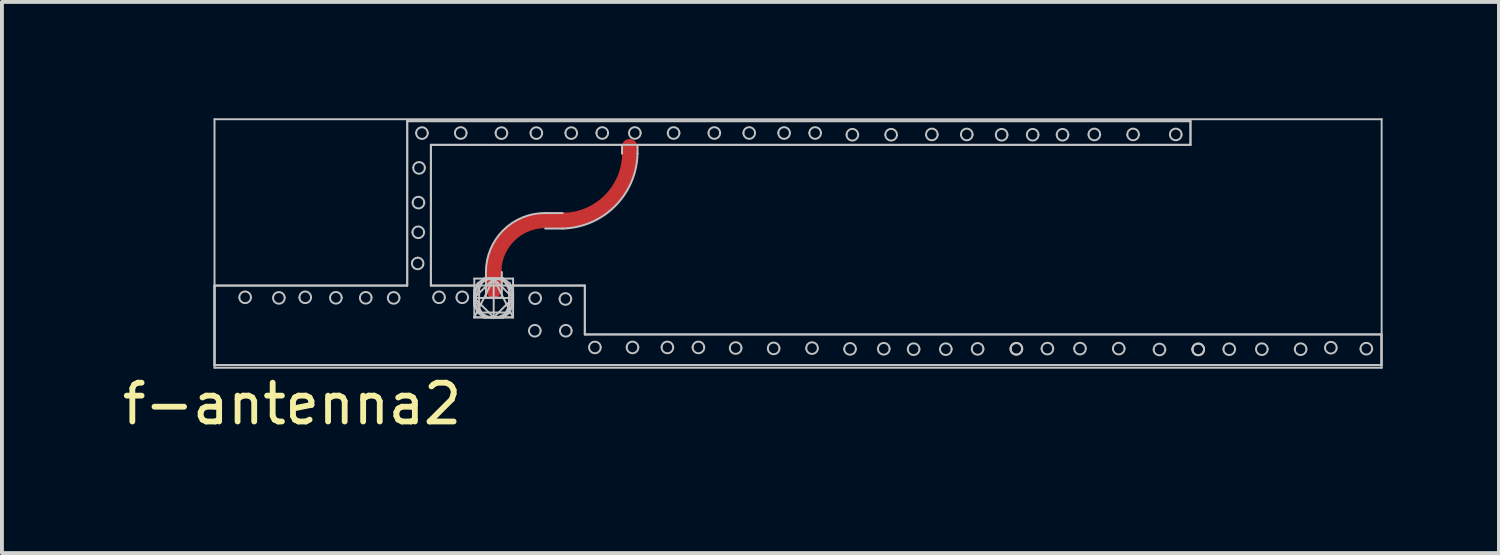
<source format=kicad_pcb>
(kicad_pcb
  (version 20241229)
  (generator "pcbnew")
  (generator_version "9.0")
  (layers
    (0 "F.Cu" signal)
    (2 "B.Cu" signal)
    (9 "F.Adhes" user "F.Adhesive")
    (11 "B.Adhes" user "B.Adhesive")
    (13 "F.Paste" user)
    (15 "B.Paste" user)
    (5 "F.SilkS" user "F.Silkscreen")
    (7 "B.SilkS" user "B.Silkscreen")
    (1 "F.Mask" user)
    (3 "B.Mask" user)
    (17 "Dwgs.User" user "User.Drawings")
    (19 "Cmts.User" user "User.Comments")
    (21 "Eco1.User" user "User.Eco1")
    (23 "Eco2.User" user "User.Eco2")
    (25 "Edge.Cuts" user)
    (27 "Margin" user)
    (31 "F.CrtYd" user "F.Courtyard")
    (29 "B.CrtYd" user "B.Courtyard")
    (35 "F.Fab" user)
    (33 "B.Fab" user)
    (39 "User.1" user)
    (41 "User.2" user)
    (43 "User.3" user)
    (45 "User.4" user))
  (footprint "f-antenna2"
    (layer "F.Cu")
    (at 2.482 6.365)
    (property "Reference" "f-antenna2" (at 2 1 0) (layer "F.SilkS") (effects (font (size 1 1) (thickness 0.15))))
    (attr through_hole)
    (fp_line (start 7.2 -1.96) (end 7.2 -2.46) (stroke (width 0.4) (type solid)) (layer "F.Cu"))
    (fp_line (start 8.54 -3.73) (end 9.04 -3.73) (stroke (width 0.4) (type solid)) (layer "F.Cu"))
    (fp_arc (start 7.197168 -2.400427) (mid 7.62095 -3.373023) (end 8.62 -3.73) (stroke (width 0.4) (type solid)) (layer "F.Cu"))
    (fp_arc (start 10.705464 -5.63031) (mid 10.223761 -4.259005) (end 8.87 -3.73) (stroke (width 0.4) (type solid)) (layer "F.Cu"))
    (fp_line (start 0 -6.34) (end 0 0.07) (stroke (width 0.05) (type solid)) (layer "Dwgs.User"))
    (fp_line (start 0 -2.05) (end 4.97 -2.05) (stroke (width 0.05) (type solid)) (layer "Dwgs.User"))
    (fp_line (start 0 -2.05) (end 4.97 -2.05) (stroke (width 0.05) (type solid)) (layer "Dwgs.User"))
    (fp_line (start 0 0) (end 0 -2.05) (stroke (width 0.05) (type solid)) (layer "Dwgs.User"))
    (fp_line (start 0 0) (end 0 -2.05) (stroke (width 0.05) (type solid)) (layer "Dwgs.User"))
    (fp_line (start 0 0.07) (end 30.1 0.07) (stroke (width 0.05) (type solid)) (layer "Dwgs.User"))
    (fp_line (start 4.97 -6.29) (end 25.17 -6.29) (stroke (width 0.05) (type solid)) (layer "Dwgs.User"))
    (fp_line (start 4.97 -6.29) (end 25.17 -6.29) (stroke (width 0.05) (type solid)) (layer "Dwgs.User"))
    (fp_line (start 4.97 -2.05) (end 4.97 -6.29) (stroke (width 0.05) (type solid)) (layer "Dwgs.User"))
    (fp_line (start 4.97 -2.05) (end 4.97 -6.29) (stroke (width 0.05) (type solid)) (layer "Dwgs.User"))
    (fp_line (start 5.58 -5.68) (end 5.58 -2.05) (stroke (width 0.05) (type solid)) (layer "Dwgs.User"))
    (fp_line (start 5.58 -5.68) (end 5.58 -2.05) (stroke (width 0.05) (type solid)) (layer "Dwgs.User"))
    (fp_line (start 5.58 -2.05) (end 6.825 -2.05) (stroke (width 0.05) (type solid)) (layer "Dwgs.User"))
    (fp_line (start 5.58 -2.05) (end 9.55 -2.05) (stroke (width 0.05) (type solid)) (layer "Dwgs.User"))
    (fp_line (start 6.7 -2.23) (end 7.7 -2.23) (stroke (width 0.05) (type solid)) (layer "Dwgs.User"))
    (fp_line (start 6.7 -1.937) (end 6.993 -2.23) (stroke (width 0.05) (type solid)) (layer "Dwgs.User"))
    (fp_line (start 6.7 -1.855) (end 6.784 -2.105) (stroke (width 0.05) (type solid)) (layer "Dwgs.User"))
    (fp_line (start 6.7 -1.73) (end 6.95 -2.23) (stroke (width 0.05) (type solid)) (layer "Dwgs.User"))
    (fp_line (start 6.7 -1.73) (end 7.2 -2.23) (stroke (width 0.05) (type solid)) (layer "Dwgs.User"))
    (fp_line (start 6.7 -1.73) (end 7.7 -1.73) (stroke (width 0.05) (type solid)) (layer "Dwgs.User"))
    (fp_line (start 6.7 -1.605) (end 6.7 -1.855) (stroke (width 0.05) (type solid)) (layer "Dwgs.User"))
    (fp_line (start 6.7 -1.523) (end 6.7 -1.937) (stroke (width 0.05) (type solid)) (layer "Dwgs.User"))
    (fp_line (start 6.7 -1.23) (end 6.7 -2.23) (stroke (width 0.05) (type solid)) (layer "Dwgs.User"))
    (fp_line (start 6.7 -1.23) (end 7.2 -2.23) (stroke (width 0.05) (type solid)) (layer "Dwgs.User"))
    (fp_line (start 6.784 -2.105) (end 6.95 -2.23) (stroke (width 0.05) (type solid)) (layer "Dwgs.User"))
    (fp_line (start 6.784 -1.355) (end 6.7 -1.605) (stroke (width 0.05) (type solid)) (layer "Dwgs.User"))
    (fp_line (start 6.825 -2.05) (end 6.825 -1.355) (stroke (width 0.05) (type solid)) (layer "Dwgs.User"))
    (fp_line (start 6.825 -1.355) (end 7.595 -1.355) (stroke (width 0.05) (type solid)) (layer "Dwgs.User"))
    (fp_line (start 6.95 -2.23) (end 7.45 -2.23) (stroke (width 0.05) (type solid)) (layer "Dwgs.User"))
    (fp_line (start 6.95 -2.23) (end 7.45 -2.23) (stroke (width 0.05) (type solid)) (layer "Dwgs.User"))
    (fp_line (start 6.95 -1.23) (end 6.7 -1.73) (stroke (width 0.05) (type solid)) (layer "Dwgs.User"))
    (fp_line (start 6.95 -1.23) (end 6.784 -1.355) (stroke (width 0.05) (type solid)) (layer "Dwgs.User"))
    (fp_line (start 6.993 -2.23) (end 7.407 -2.23) (stroke (width 0.05) (type solid)) (layer "Dwgs.User"))
    (fp_line (start 6.993 -1.23) (end 6.7 -1.523) (stroke (width 0.05) (type solid)) (layer "Dwgs.User"))
    (fp_line (start 7 -1.74) (end 7 -2.4) (stroke (width 0.05) (type solid)) (layer "Dwgs.User"))
    (fp_line (start 7.2 -2.23) (end 7.2 -1.23) (stroke (width 0.05) (type solid)) (layer "Dwgs.User"))
    (fp_line (start 7.2 -2.23) (end 7.7 -1.73) (stroke (width 0.05) (type solid)) (layer "Dwgs.User"))
    (fp_line (start 7.2 -2.23) (end 7.7 -1.23) (stroke (width 0.05) (type solid)) (layer "Dwgs.User"))
    (fp_line (start 7.2 -1.23) (end 6.7 -1.73) (stroke (width 0.05) (type solid)) (layer "Dwgs.User"))
    (fp_line (start 7.407 -2.23) (end 7.7 -1.937) (stroke (width 0.05) (type solid)) (layer "Dwgs.User"))
    (fp_line (start 7.407 -1.23) (end 6.993 -1.23) (stroke (width 0.05) (type solid)) (layer "Dwgs.User"))
    (fp_line (start 7.41 -2.4) (end 7.41 -1.74) (stroke (width 0.05) (type solid)) (layer "Dwgs.User"))
    (fp_line (start 7.41 -1.74) (end 7 -1.74) (stroke (width 0.05) (type solid)) (layer "Dwgs.User"))
    (fp_line (start 7.45 -2.23) (end 7.616 -2.105) (stroke (width 0.05) (type solid)) (layer "Dwgs.User"))
    (fp_line (start 7.45 -2.23) (end 7.7 -1.73) (stroke (width 0.05) (type solid)) (layer "Dwgs.User"))
    (fp_line (start 7.45 -1.23) (end 6.95 -1.23) (stroke (width 0.05) (type solid)) (layer "Dwgs.User"))
    (fp_line (start 7.45 -1.23) (end 6.95 -1.23) (stroke (width 0.05) (type solid)) (layer "Dwgs.User"))
    (fp_line (start 7.595 -2.05) (end 9.55 -2.05) (stroke (width 0.05) (type solid)) (layer "Dwgs.User"))
    (fp_line (start 7.595 -1.355) (end 7.595 -2.05) (stroke (width 0.05) (type solid)) (layer "Dwgs.User"))
    (fp_line (start 7.616 -2.105) (end 7.7 -1.855) (stroke (width 0.05) (type solid)) (layer "Dwgs.User"))
    (fp_line (start 7.616 -1.355) (end 7.45 -1.23) (stroke (width 0.05) (type solid)) (layer "Dwgs.User"))
    (fp_line (start 7.7 -2.23) (end 7.7 -1.23) (stroke (width 0.05) (type solid)) (layer "Dwgs.User"))
    (fp_line (start 7.7 -1.937) (end 7.7 -1.523) (stroke (width 0.05) (type solid)) (layer "Dwgs.User"))
    (fp_line (start 7.7 -1.855) (end 7.7 -1.605) (stroke (width 0.05) (type solid)) (layer "Dwgs.User"))
    (fp_line (start 7.7 -1.73) (end 7.2 -1.23) (stroke (width 0.05) (type solid)) (layer "Dwgs.User"))
    (fp_line (start 7.7 -1.73) (end 7.45 -1.23) (stroke (width 0.05) (type solid)) (layer "Dwgs.User"))
    (fp_line (start 7.7 -1.605) (end 7.616 -1.355) (stroke (width 0.05) (type solid)) (layer "Dwgs.User"))
    (fp_line (start 7.7 -1.523) (end 7.407 -1.23) (stroke (width 0.05) (type solid)) (layer "Dwgs.User"))
    (fp_line (start 7.7 -1.23) (end 6.7 -1.23) (stroke (width 0.05) (type solid)) (layer "Dwgs.User"))
    (fp_line (start 7.7 -1.23) (end 6.7 -1.23) (stroke (width 0.05) (type solid)) (layer "Dwgs.User"))
    (fp_line (start 8.53 -3.92) (end 8.98 -3.92) (stroke (width 0.05) (type solid)) (layer "Dwgs.User"))
    (fp_line (start 8.98 -3.52) (end 8.53 -3.52) (stroke (width 0.05) (type solid)) (layer "Dwgs.User"))
    (fp_line (start 9.55 -2.05) (end 9.55 -0.79) (stroke (width 0.05) (type solid)) (layer "Dwgs.User"))
    (fp_line (start 9.55 -2.05) (end 9.55 -0.79) (stroke (width 0.05) (type solid)) (layer "Dwgs.User"))
    (fp_line (start 9.55 -0.79) (end 30.095 -0.79) (stroke (width 0.05) (type solid)) (layer "Dwgs.User"))
    (fp_line (start 9.55 -0.79) (end 30.095 -0.79) (stroke (width 0.05) (type solid)) (layer "Dwgs.User"))
    (fp_line (start 10.51 -5.68) (end 5.58 -5.68) (stroke (width 0.05) (type solid)) (layer "Dwgs.User"))
    (fp_line (start 10.51 -5.45) (end 10.51 -5.68) (stroke (width 0.05) (type solid)) (layer "Dwgs.User"))
    (fp_line (start 10.91 -5.68) (end 10.91 -5.45) (stroke (width 0.05) (type solid)) (layer "Dwgs.User"))
    (fp_line (start 25.17 -6.29) (end 25.17 -5.68) (stroke (width 0.05) (type solid)) (layer "Dwgs.User"))
    (fp_line (start 25.17 -6.29) (end 25.17 -5.68) (stroke (width 0.05) (type solid)) (layer "Dwgs.User"))
    (fp_line (start 25.17 -5.68) (end 5.58 -5.68) (stroke (width 0.05) (type solid)) (layer "Dwgs.User"))
    (fp_line (start 25.17 -5.68) (end 10.91 -5.68) (stroke (width 0.05) (type solid)) (layer "Dwgs.User"))
    (fp_line (start 30.095 -0.79) (end 30.095 0) (stroke (width 0.05) (type solid)) (layer "Dwgs.User"))
    (fp_line (start 30.095 -0.79) (end 30.095 0) (stroke (width 0.05) (type solid)) (layer "Dwgs.User"))
    (fp_line (start 30.095 0) (end 0 0) (stroke (width 0.05) (type solid)) (layer "Dwgs.User"))
    (fp_line (start 30.095 0) (end 0 0) (stroke (width 0.05) (type solid)) (layer "Dwgs.User"))
    (fp_line (start 30.1 -6.34) (end 0 -6.34) (stroke (width 0.05) (type solid)) (layer "Dwgs.User"))
    (fp_line (start 30.1 0.07) (end 30.1 -6.34) (stroke (width 0.05) (type solid)) (layer "Dwgs.User"))
    (fp_arc (start 0.64 -1.739999) (mid 0.79 -1.897435) (end 0.94 -1.74) (stroke (width 0.05) (type solid)) (layer "Dwgs.User"))
    (fp_arc (start 0.94 -1.739999) (mid 0.79 -1.597083) (end 0.64 -1.74) (stroke (width 0.05) (type solid)) (layer "Dwgs.User"))
    (fp_arc (start 1.51 -1.739999) (mid 1.66 -1.882054) (end 1.81 -1.74) (stroke (width 0.05) (type solid)) (layer "Dwgs.User"))
    (fp_arc (start 1.81 -1.739999) (mid 1.66 -1.58161) (end 1.51 -1.74) (stroke (width 0.05) (type solid)) (layer "Dwgs.User"))
    (fp_arc (start 2.19 -1.739999) (mid 2.34 -1.897435) (end 2.49 -1.74) (stroke (width 0.05) (type solid)) (layer "Dwgs.User"))
    (fp_arc (start 2.49 -1.739999) (mid 2.34 -1.597083) (end 2.19 -1.74) (stroke (width 0.05) (type solid)) (layer "Dwgs.User"))
    (fp_arc (start 2.98 -1.74) (mid 3.13 -1.885083) (end 3.28 -1.74) (stroke (width 0.05) (type solid)) (layer "Dwgs.User"))
    (fp_arc (start 3.28 -1.74) (mid 3.13 -1.584917) (end 2.98 -1.74) (stroke (width 0.05) (type solid)) (layer "Dwgs.User"))
    (fp_arc (start 3.75 -1.739999) (mid 3.9 -1.885972) (end 4.05 -1.74) (stroke (width 0.05) (type solid)) (layer "Dwgs.User"))
    (fp_arc (start 4.05 -1.739999) (mid 3.9 -1.58586) (end 3.75 -1.74) (stroke (width 0.05) (type solid)) (layer "Dwgs.User"))
    (fp_arc (start 4.47 -1.739999) (mid 4.62 -1.882054) (end 4.77 -1.74) (stroke (width 0.05) (type solid)) (layer "Dwgs.User"))
    (fp_arc (start 4.77 -1.739999) (mid 4.62 -1.58161) (end 4.47 -1.74) (stroke (width 0.05) (type solid)) (layer "Dwgs.User"))
    (fp_arc (start 5.100001 -2.67) (mid 5.15423 -2.742078) (end 5.24 -2.77) (stroke (width 0.05) (type solid)) (layer "Dwgs.User"))
    (fp_arc (start 5.105 -3.429999) (mid 5.255 -3.575972) (end 5.405 -3.43) (stroke (width 0.05) (type solid)) (layer "Dwgs.User"))
    (fp_arc (start 5.11 -4.194999) (mid 5.26 -4.340972) (end 5.41 -4.195) (stroke (width 0.05) (type solid)) (layer "Dwgs.User"))
    (fp_arc (start 5.125 -5.089999) (mid 5.275 -5.235972) (end 5.425 -5.09) (stroke (width 0.05) (type solid)) (layer "Dwgs.User"))
    (fp_arc (start 5.14 -2.51) (mid 5.095969 -2.583992) (end 5.1 -2.67) (stroke (width 0.05) (type solid)) (layer "Dwgs.User"))
    (fp_arc (start 5.2 -5.989999) (mid 5.35 -6.132054) (end 5.5 -5.99) (stroke (width 0.05) (type solid)) (layer "Dwgs.User"))
    (fp_arc (start 5.239999 -2.770001) (mid 5.361906 -2.706335) (end 5.38 -2.57) (stroke (width 0.05) (type solid)) (layer "Dwgs.User"))
    (fp_arc (start 5.38 -2.57) (mid 5.275986 -2.476055) (end 5.14 -2.51) (stroke (width 0.05) (type solid)) (layer "Dwgs.User"))
    (fp_arc (start 5.405 -3.429999) (mid 5.255 -3.27586) (end 5.105 -3.43) (stroke (width 0.05) (type solid)) (layer "Dwgs.User"))
    (fp_arc (start 5.41 -4.194999) (mid 5.26 -4.04086) (end 5.11 -4.195) (stroke (width 0.05) (type solid)) (layer "Dwgs.User"))
    (fp_arc (start 5.425 -5.089999) (mid 5.275 -4.93586) (end 5.125 -5.09) (stroke (width 0.05) (type solid)) (layer "Dwgs.User"))
    (fp_arc (start 5.5 -5.989999) (mid 5.35 -5.83161) (end 5.2 -5.99) (stroke (width 0.05) (type solid)) (layer "Dwgs.User"))
    (fp_arc (start 5.64 -1.739999) (mid 5.79 -1.897435) (end 5.94 -1.74) (stroke (width 0.05) (type solid)) (layer "Dwgs.User"))
    (fp_arc (start 5.94 -1.739999) (mid 5.79 -1.597083) (end 5.64 -1.74) (stroke (width 0.05) (type solid)) (layer "Dwgs.User"))
    (fp_arc (start 6.2 -5.99) (mid 6.35 -6.135083) (end 6.5 -5.99) (stroke (width 0.05) (type solid)) (layer "Dwgs.User"))
    (fp_arc (start 6.24 -1.739999) (mid 6.39 -1.897435) (end 6.54 -1.74) (stroke (width 0.05) (type solid)) (layer "Dwgs.User"))
    (fp_arc (start 6.5 -5.99) (mid 6.35 -5.834917) (end 6.2 -5.99) (stroke (width 0.05) (type solid)) (layer "Dwgs.User"))
    (fp_arc (start 6.54 -1.739999) (mid 6.39 -1.597083) (end 6.24 -1.74) (stroke (width 0.05) (type solid)) (layer "Dwgs.User"))
    (fp_arc (start 7 -2.4) (mid 7.447845 -3.479242) (end 8.53 -3.92) (stroke (width 0.05) (type solid)) (layer "Dwgs.User"))
    (fp_arc (start 7.25 -5.989999) (mid 7.4 -6.132054) (end 7.55 -5.99) (stroke (width 0.05) (type solid)) (layer "Dwgs.User"))
    (fp_arc (start 7.55 -5.989999) (mid 7.4 -5.83161) (end 7.25 -5.99) (stroke (width 0.05) (type solid)) (layer "Dwgs.User"))
    (fp_arc (start 8.11 -0.89) (mid 8.26 -1.035083) (end 8.41 -0.89) (stroke (width 0.05) (type solid)) (layer "Dwgs.User"))
    (fp_arc (start 8.12 -1.73) (mid 8.27 -1.875083) (end 8.42 -1.73) (stroke (width 0.05) (type solid)) (layer "Dwgs.User"))
    (fp_arc (start 8.15 -5.989999) (mid 8.3 -6.132054) (end 8.45 -5.99) (stroke (width 0.05) (type solid)) (layer "Dwgs.User"))
    (fp_arc (start 8.41 -0.89) (mid 8.26 -0.734917) (end 8.11 -0.89) (stroke (width 0.05) (type solid)) (layer "Dwgs.User"))
    (fp_arc (start 8.42 -1.73) (mid 8.27 -1.574917) (end 8.12 -1.73) (stroke (width 0.05) (type solid)) (layer "Dwgs.User"))
    (fp_arc (start 8.45 -5.989999) (mid 8.3 -5.83161) (end 8.15 -5.99) (stroke (width 0.05) (type solid)) (layer "Dwgs.User"))
    (fp_arc (start 8.9 -1.71) (mid 9.05 -1.855083) (end 9.2 -1.71) (stroke (width 0.05) (type solid)) (layer "Dwgs.User"))
    (fp_arc (start 8.91 -0.89) (mid 9.06 -1.035083) (end 9.21 -0.89) (stroke (width 0.05) (type solid)) (layer "Dwgs.User"))
    (fp_arc (start 9.05 -5.989999) (mid 9.2 -6.132054) (end 9.35 -5.99) (stroke (width 0.05) (type solid)) (layer "Dwgs.User"))
    (fp_arc (start 9.2 -1.71) (mid 9.05 -1.554917) (end 8.9 -1.71) (stroke (width 0.05) (type solid)) (layer "Dwgs.User"))
    (fp_arc (start 9.21 -0.89) (mid 9.06 -0.734917) (end 8.91 -0.89) (stroke (width 0.05) (type solid)) (layer "Dwgs.User"))
    (fp_arc (start 9.35 -5.989999) (mid 9.2 -5.83161) (end 9.05 -5.99) (stroke (width 0.05) (type solid)) (layer "Dwgs.User"))
    (fp_arc (start 9.66 -0.459999) (mid 9.81 -0.605972) (end 9.96 -0.46) (stroke (width 0.05) (type solid)) (layer "Dwgs.User"))
    (fp_arc (start 9.85 -5.99) (mid 10 -6.135083) (end 10.15 -5.99) (stroke (width 0.05) (type solid)) (layer "Dwgs.User"))
    (fp_arc (start 9.96 -0.459999) (mid 9.81 -0.30586) (end 9.66 -0.46) (stroke (width 0.05) (type solid)) (layer "Dwgs.User"))
    (fp_arc (start 10.15 -5.99) (mid 10 -5.834917) (end 9.85 -5.99) (stroke (width 0.05) (type solid)) (layer "Dwgs.User"))
    (fp_arc (start 10.63 -0.459999) (mid 10.78 -0.605972) (end 10.93 -0.46) (stroke (width 0.05) (type solid)) (layer "Dwgs.User"))
    (fp_arc (start 10.69 -5.989999) (mid 10.84 -6.135972) (end 10.99 -5.99) (stroke (width 0.05) (type solid)) (layer "Dwgs.User"))
    (fp_arc (start 10.91 -5.45) (mid 10.33038 -4.09962) (end 8.98 -3.52) (stroke (width 0.05) (type solid)) (layer "Dwgs.User"))
    (fp_arc (start 10.93 -0.459999) (mid 10.78 -0.30586) (end 10.63 -0.46) (stroke (width 0.05) (type solid)) (layer "Dwgs.User"))
    (fp_arc (start 10.99 -5.989999) (mid 10.84 -5.83586) (end 10.69 -5.99) (stroke (width 0.05) (type solid)) (layer "Dwgs.User"))
    (fp_arc (start 11.53 -0.459999) (mid 11.68 -0.605972) (end 11.83 -0.46) (stroke (width 0.05) (type solid)) (layer "Dwgs.User"))
    (fp_arc (start 11.69 -5.989999) (mid 11.84 -6.135972) (end 11.99 -5.99) (stroke (width 0.05) (type solid)) (layer "Dwgs.User"))
    (fp_arc (start 11.83 -0.459999) (mid 11.68 -0.30586) (end 11.53 -0.46) (stroke (width 0.05) (type solid)) (layer "Dwgs.User"))
    (fp_arc (start 11.99 -5.989999) (mid 11.84 -5.83586) (end 11.69 -5.99) (stroke (width 0.05) (type solid)) (layer "Dwgs.User"))
    (fp_arc (start 12.33 -0.459999) (mid 12.48 -0.605972) (end 12.63 -0.46) (stroke (width 0.05) (type solid)) (layer "Dwgs.User"))
    (fp_arc (start 12.63 -0.459999) (mid 12.48 -0.30586) (end 12.33 -0.46) (stroke (width 0.05) (type solid)) (layer "Dwgs.User"))
    (fp_arc (start 12.74 -5.989999) (mid 12.89 -6.135972) (end 13.04 -5.99) (stroke (width 0.05) (type solid)) (layer "Dwgs.User"))
    (fp_arc (start 13.04 -5.989999) (mid 12.89 -5.83586) (end 12.74 -5.99) (stroke (width 0.05) (type solid)) (layer "Dwgs.User"))
    (fp_arc (start 13.29 -0.440001) (mid 13.44 -0.591643) (end 13.59 -0.44) (stroke (width 0.05) (type solid)) (layer "Dwgs.User"))
    (fp_arc (start 13.59 -0.440001) (mid 13.44 -0.291625) (end 13.29 -0.44) (stroke (width 0.05) (type solid)) (layer "Dwgs.User"))
    (fp_arc (start 13.64 -5.989999) (mid 13.79 -6.135972) (end 13.94 -5.99) (stroke (width 0.05) (type solid)) (layer "Dwgs.User"))
    (fp_arc (start 13.94 -5.989999) (mid 13.79 -5.83586) (end 13.64 -5.99) (stroke (width 0.05) (type solid)) (layer "Dwgs.User"))
    (fp_arc (start 14.27 -0.430001) (mid 14.42 -0.581643) (end 14.57 -0.43) (stroke (width 0.05) (type solid)) (layer "Dwgs.User"))
    (fp_arc (start 14.54 -5.989999) (mid 14.69 -6.135972) (end 14.84 -5.99) (stroke (width 0.05) (type solid)) (layer "Dwgs.User"))
    (fp_arc (start 14.57 -0.430001) (mid 14.42 -0.281625) (end 14.27 -0.43) (stroke (width 0.05) (type solid)) (layer "Dwgs.User"))
    (fp_arc (start 14.84 -5.989999) (mid 14.69 -5.83586) (end 14.54 -5.99) (stroke (width 0.05) (type solid)) (layer "Dwgs.User"))
    (fp_arc (start 15.26 -0.429999) (mid 15.41 -0.587435) (end 15.56 -0.43) (stroke (width 0.05) (type solid)) (layer "Dwgs.User"))
    (fp_arc (start 15.34 -5.989999) (mid 15.49 -6.135972) (end 15.64 -5.99) (stroke (width 0.05) (type solid)) (layer "Dwgs.User"))
    (fp_arc (start 15.56 -0.429999) (mid 15.41 -0.287083) (end 15.26 -0.43) (stroke (width 0.05) (type solid)) (layer "Dwgs.User"))
    (fp_arc (start 15.64 -5.989999) (mid 15.49 -5.83586) (end 15.34 -5.99) (stroke (width 0.05) (type solid)) (layer "Dwgs.User"))
    (fp_arc (start 16.24 -0.409999) (mid 16.39 -0.567435) (end 16.54 -0.41) (stroke (width 0.05) (type solid)) (layer "Dwgs.User"))
    (fp_arc (start 16.3 -5.940001) (mid 16.45 -6.091643) (end 16.6 -5.94) (stroke (width 0.05) (type solid)) (layer "Dwgs.User"))
    (fp_arc (start 16.54 -0.409999) (mid 16.39 -0.267083) (end 16.24 -0.41) (stroke (width 0.05) (type solid)) (layer "Dwgs.User"))
    (fp_arc (start 16.6 -5.940001) (mid 16.45 -5.791625) (end 16.3 -5.94) (stroke (width 0.05) (type solid)) (layer "Dwgs.User"))
    (fp_arc (start 17.11 -0.420001) (mid 17.26 -0.571643) (end 17.41 -0.42) (stroke (width 0.05) (type solid)) (layer "Dwgs.User"))
    (fp_arc (start 17.3 -5.940001) (mid 17.45 -6.091643) (end 17.6 -5.94) (stroke (width 0.05) (type solid)) (layer "Dwgs.User"))
    (fp_arc (start 17.41 -0.420001) (mid 17.26 -0.271625) (end 17.11 -0.42) (stroke (width 0.05) (type solid)) (layer "Dwgs.User"))
    (fp_arc (start 17.6 -5.940001) (mid 17.45 -5.791625) (end 17.3 -5.94) (stroke (width 0.05) (type solid)) (layer "Dwgs.User"))
    (fp_arc (start 17.88 -0.410001) (mid 18.03 -0.561643) (end 18.18 -0.41) (stroke (width 0.05) (type solid)) (layer "Dwgs.User"))
    (fp_arc (start 18.18 -0.410001) (mid 18.03 -0.261625) (end 17.88 -0.41) (stroke (width 0.05) (type solid)) (layer "Dwgs.User"))
    (fp_arc (start 18.35 -5.939999) (mid 18.5 -6.097435) (end 18.65 -5.94) (stroke (width 0.05) (type solid)) (layer "Dwgs.User"))
    (fp_arc (start 18.65 -5.939999) (mid 18.5 -5.797083) (end 18.35 -5.94) (stroke (width 0.05) (type solid)) (layer "Dwgs.User"))
    (fp_arc (start 18.71 -0.41) (mid 18.86 -0.56) (end 19.01 -0.41) (stroke (width 0.05) (type solid)) (layer "Dwgs.User"))
    (fp_arc (start 19.01 -0.41) (mid 18.86 -0.26) (end 18.71 -0.41) (stroke (width 0.05) (type solid)) (layer "Dwgs.User"))
    (fp_arc (start 19.25 -5.939999) (mid 19.4 -6.097435) (end 19.55 -5.94) (stroke (width 0.05) (type solid)) (layer "Dwgs.User"))
    (fp_arc (start 19.53 -0.409999) (mid 19.68 -0.567435) (end 19.83 -0.41) (stroke (width 0.05) (type solid)) (layer "Dwgs.User"))
    (fp_arc (start 19.55 -5.939999) (mid 19.4 -5.797083) (end 19.25 -5.94) (stroke (width 0.05) (type solid)) (layer "Dwgs.User"))
    (fp_arc (start 19.83 -0.409999) (mid 19.68 -0.267083) (end 19.53 -0.41) (stroke (width 0.05) (type solid)) (layer "Dwgs.User"))
    (fp_arc (start 20.15 -5.940001) (mid 20.3 -6.091643) (end 20.45 -5.94) (stroke (width 0.05) (type solid)) (layer "Dwgs.User"))
    (fp_arc (start 20.45 -5.940001) (mid 20.3 -5.791625) (end 20.15 -5.94) (stroke (width 0.05) (type solid)) (layer "Dwgs.User"))
    (fp_arc (start 20.53 -0.429999) (mid 20.68 -0.572054) (end 20.83 -0.43) (stroke (width 0.05) (type solid)) (layer "Dwgs.User"))
    (fp_arc (start 20.53 -0.409999) (mid 20.68 -0.567435) (end 20.83 -0.41) (stroke (width 0.05) (type solid)) (layer "Dwgs.User"))
    (fp_arc (start 20.83 -0.429999) (mid 20.68 -0.27161) (end 20.53 -0.43) (stroke (width 0.05) (type solid)) (layer "Dwgs.User"))
    (fp_arc (start 20.83 -0.409999) (mid 20.68 -0.267083) (end 20.53 -0.41) (stroke (width 0.05) (type solid)) (layer "Dwgs.User"))
    (fp_arc (start 20.95 -5.940001) (mid 21.1 -6.091643) (end 21.25 -5.94) (stroke (width 0.05) (type solid)) (layer "Dwgs.User"))
    (fp_arc (start 21.25 -5.940001) (mid 21.1 -5.791625) (end 20.95 -5.94) (stroke (width 0.05) (type solid)) (layer "Dwgs.User"))
    (fp_arc (start 21.33 -0.43) (mid 21.48 -0.575083) (end 21.63 -0.43) (stroke (width 0.05) (type solid)) (layer "Dwgs.User"))
    (fp_arc (start 21.63 -0.43) (mid 21.48 -0.274917) (end 21.33 -0.43) (stroke (width 0.05) (type solid)) (layer "Dwgs.User"))
    (fp_arc (start 21.72 -5.94) (mid 21.87 -6.09) (end 22.02 -5.94) (stroke (width 0.05) (type solid)) (layer "Dwgs.User"))
    (fp_arc (start 22.02 -5.94) (mid 21.87 -5.79) (end 21.72 -5.94) (stroke (width 0.05) (type solid)) (layer "Dwgs.User"))
    (fp_arc (start 22.17 -0.429999) (mid 22.32 -0.575972) (end 22.47 -0.43) (stroke (width 0.05) (type solid)) (layer "Dwgs.User"))
    (fp_arc (start 22.47 -0.429999) (mid 22.32 -0.27586) (end 22.17 -0.43) (stroke (width 0.05) (type solid)) (layer "Dwgs.User"))
    (fp_arc (start 22.54 -5.939999) (mid 22.69 -6.097435) (end 22.84 -5.94) (stroke (width 0.05) (type solid)) (layer "Dwgs.User"))
    (fp_arc (start 22.84 -5.939999) (mid 22.69 -5.797083) (end 22.54 -5.94) (stroke (width 0.05) (type solid)) (layer "Dwgs.User"))
    (fp_arc (start 23.17 -0.429999) (mid 23.32 -0.575972) (end 23.47 -0.43) (stroke (width 0.05) (type solid)) (layer "Dwgs.User"))
    (fp_arc (start 23.47 -0.429999) (mid 23.32 -0.27586) (end 23.17 -0.43) (stroke (width 0.05) (type solid)) (layer "Dwgs.User"))
    (fp_arc (start 23.54 -5.939999) (mid 23.69 -6.097435) (end 23.84 -5.94) (stroke (width 0.05) (type solid)) (layer "Dwgs.User"))
    (fp_arc (start 23.84 -5.939999) (mid 23.69 -5.797083) (end 23.54 -5.94) (stroke (width 0.05) (type solid)) (layer "Dwgs.User"))
    (fp_arc (start 24.22 -0.394999) (mid 24.37 -0.552435) (end 24.52 -0.395) (stroke (width 0.05) (type solid)) (layer "Dwgs.User"))
    (fp_arc (start 24.52 -0.394999) (mid 24.37 -0.252083) (end 24.22 -0.395) (stroke (width 0.05) (type solid)) (layer "Dwgs.User"))
    (fp_arc (start 24.64 -5.939999) (mid 24.79 -6.097435) (end 24.94 -5.94) (stroke (width 0.05) (type solid)) (layer "Dwgs.User"))
    (fp_arc (start 24.94 -5.939999) (mid 24.79 -5.797083) (end 24.64 -5.94) (stroke (width 0.05) (type solid)) (layer "Dwgs.User"))
    (fp_arc (start 25.22 -0.414999) (mid 25.37 -0.557054) (end 25.52 -0.415) (stroke (width 0.05) (type solid)) (layer "Dwgs.User"))
    (fp_arc (start 25.22 -0.394999) (mid 25.37 -0.552435) (end 25.52 -0.395) (stroke (width 0.05) (type solid)) (layer "Dwgs.User"))
    (fp_arc (start 25.52 -0.414999) (mid 25.37 -0.25661) (end 25.22 -0.415) (stroke (width 0.05) (type solid)) (layer "Dwgs.User"))
    (fp_arc (start 25.52 -0.394999) (mid 25.37 -0.252083) (end 25.22 -0.395) (stroke (width 0.05) (type solid)) (layer "Dwgs.User"))
    (fp_arc (start 26.02 -0.415) (mid 26.17 -0.560083) (end 26.32 -0.415) (stroke (width 0.05) (type solid)) (layer "Dwgs.User"))
    (fp_arc (start 26.32 -0.415) (mid 26.17 -0.259917) (end 26.02 -0.415) (stroke (width 0.05) (type solid)) (layer "Dwgs.User"))
    (fp_arc (start 26.86 -0.414999) (mid 27.01 -0.560972) (end 27.16 -0.415) (stroke (width 0.05) (type solid)) (layer "Dwgs.User"))
    (fp_arc (start 27.16 -0.414999) (mid 27.01 -0.26086) (end 26.86 -0.415) (stroke (width 0.05) (type solid)) (layer "Dwgs.User"))
    (fp_arc (start 27.86 -0.414999) (mid 28.01 -0.560972) (end 28.16 -0.415) (stroke (width 0.05) (type solid)) (layer "Dwgs.User"))
    (fp_arc (start 28.16 -0.414999) (mid 28.01 -0.26086) (end 27.86 -0.415) (stroke (width 0.05) (type solid)) (layer "Dwgs.User"))
    (fp_arc (start 28.64 -0.439999) (mid 28.79 -0.597435) (end 28.94 -0.44) (stroke (width 0.05) (type solid)) (layer "Dwgs.User"))
    (fp_arc (start 28.94 -0.439999) (mid 28.79 -0.297083) (end 28.64 -0.44) (stroke (width 0.05) (type solid)) (layer "Dwgs.User"))
    (fp_arc (start 29.555 -0.414999) (mid 29.705 -0.572435) (end 29.855 -0.415) (stroke (width 0.05) (type solid)) (layer "Dwgs.User"))
    (fp_arc (start 29.855 -0.414999) (mid 29.705 -0.272083) (end 29.555 -0.415) (stroke (width 0.05) (type solid)) (layer "Dwgs.User"))
    (fp_circle (center 7.2 -1.73) (end 7.7 -1.73) (stroke (width 0.05) (type solid)) (fill no) (layer "Dwgs.User"))
    (pad "1" smd circle (at 7.2 -1.93) (size 0.4 0.4) (layers "F.Cu" "F.Mask" "F.Paste")))
  (gr_rect
    (start -3 -3)
    (end 35.607 11.213)
    (stroke (width 0.1) (type default))
    (fill no)
    (layer "Edge.Cuts")))
</source>
